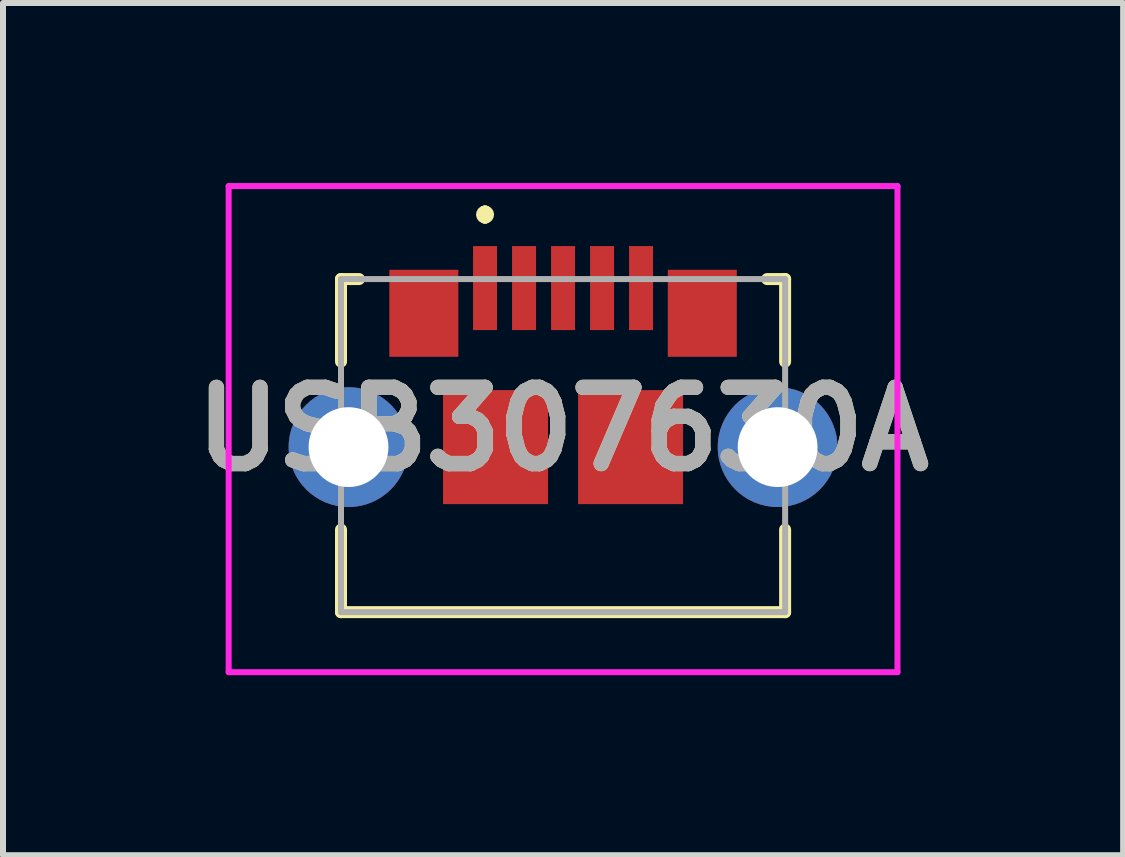
<source format=kicad_pcb>
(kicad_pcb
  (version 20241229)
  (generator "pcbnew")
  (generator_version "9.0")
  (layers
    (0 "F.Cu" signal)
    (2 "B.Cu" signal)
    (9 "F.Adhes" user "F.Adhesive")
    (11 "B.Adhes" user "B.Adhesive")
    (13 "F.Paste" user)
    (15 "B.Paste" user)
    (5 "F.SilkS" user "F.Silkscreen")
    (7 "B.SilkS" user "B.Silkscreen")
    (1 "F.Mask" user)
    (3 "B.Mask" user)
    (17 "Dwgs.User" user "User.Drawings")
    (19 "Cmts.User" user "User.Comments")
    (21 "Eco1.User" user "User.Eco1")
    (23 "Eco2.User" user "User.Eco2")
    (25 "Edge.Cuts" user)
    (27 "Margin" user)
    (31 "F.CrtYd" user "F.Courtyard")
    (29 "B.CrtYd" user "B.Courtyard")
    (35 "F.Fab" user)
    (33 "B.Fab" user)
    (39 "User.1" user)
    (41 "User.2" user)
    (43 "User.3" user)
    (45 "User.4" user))
  (footprint "USB307630A"
    (layer "F.Cu")
    (at 6.332 4.375)
    (property "Reference" "USB307630A" (at 0 -0.275 0) (layer "F.SilkS") (effects (font (size 1.27 1.27) (thickness 0.254))))
    (attr through_hole)
    (fp_line (start -3.7 -2.775) (end -3.4 -2.775) (stroke (width 0.2) (type solid)) (layer "F.SilkS"))
    (fp_line (start -3.7 -1.4) (end -3.7 -2.775) (stroke (width 0.2) (type solid)) (layer "F.SilkS"))
    (fp_line (start -3.7 2.775) (end -3.7 1.4) (stroke (width 0.2) (type solid)) (layer "F.SilkS"))
    (fp_line (start -1.3 -3.9) (end -1.3 -3.9) (stroke (width 0.2) (type solid)) (layer "F.SilkS"))
    (fp_line (start -1.3 -3.9) (end -1.3 -3.8) (stroke (width 0.2) (type solid)) (layer "F.SilkS"))
    (fp_line (start -1.3 -3.8) (end -1.3 -3.8) (stroke (width 0.2) (type solid)) (layer "F.SilkS"))
    (fp_line (start 3.4 -2.775) (end 3.7 -2.775) (stroke (width 0.2) (type solid)) (layer "F.SilkS"))
    (fp_line (start 3.7 -2.775) (end 3.7 -1.4) (stroke (width 0.2) (type solid)) (layer "F.SilkS"))
    (fp_line (start 3.7 1.4) (end 3.7 2.775) (stroke (width 0.2) (type solid)) (layer "F.SilkS"))
    (fp_line (start 3.7 2.775) (end -3.7 2.775) (stroke (width 0.2) (type solid)) (layer "F.SilkS"))
    (fp_arc (start -1.3 -3.9) (mid -1.25 -3.85) (end -1.3 -3.8) (stroke (width 0.2) (type solid)) (layer "F.SilkS"))
    (fp_arc (start -1.3 -3.8) (mid -1.35 -3.85) (end -1.3 -3.9) (stroke (width 0.2) (type solid)) (layer "F.SilkS"))
    (fp_line (start -5.572 -4.325) (end 5.572 -4.325) (stroke (width 0.1) (type solid)) (layer "F.CrtYd"))
    (fp_line (start -5.572 3.775) (end -5.572 -4.325) (stroke (width 0.1) (type solid)) (layer "F.CrtYd"))
    (fp_line (start 5.572 -4.325) (end 5.572 3.775) (stroke (width 0.1) (type solid)) (layer "F.CrtYd"))
    (fp_line (start 5.572 3.775) (end -5.572 3.775) (stroke (width 0.1) (type solid)) (layer "F.CrtYd"))
    (fp_line (start -3.7 -2.775) (end 3.7 -2.775) (stroke (width 0.1) (type solid)) (layer "F.Fab"))
    (fp_line (start -3.7 2.775) (end -3.7 -2.775) (stroke (width 0.1) (type solid)) (layer "F.Fab"))
    (fp_line (start 3.7 -2.775) (end 3.7 2.775) (stroke (width 0.1) (type solid)) (layer "F.Fab"))
    (fp_line (start 3.7 2.775) (end -3.7 2.775) (stroke (width 0.1) (type solid)) (layer "F.Fab"))
    (fp_text user "${REFERENCE}" (at 0 -0.275 0) (layer "F.Fab") (effects (font (size 1.27 1.27) (thickness 0.254))))
    (pad "1" smd rect (at -1.3 -2.625) (size 0.4 1.4) (layers "F.Cu" "F.Mask" "F.Paste"))
    (pad "2" smd rect (at -0.65 -2.625) (size 0.4 1.4) (layers "F.Cu" "F.Mask" "F.Paste"))
    (pad "3" smd rect (at 0 -2.625) (size 0.4 1.4) (layers "F.Cu" "F.Mask" "F.Paste"))
    (pad "4" smd rect (at 0.65 -2.625) (size 0.4 1.4) (layers "F.Cu" "F.Mask" "F.Paste"))
    (pad "5" smd rect (at 1.3 -2.625) (size 0.4 1.4) (layers "F.Cu" "F.Mask" "F.Paste"))
    (pad "MH1" thru_hole circle (at -3.575 0.025) (size 1.995 1.995) (drill 1.33) (layers "*.Cu" "*.Mask"))
    (pad "MH2" thru_hole circle (at 3.575 0.025) (size 1.995 1.995) (drill 1.33) (layers "*.Cu" "*.Mask"))
    (pad "MP1" smd rect (at -2.32 -2.205) (size 1.15 1.45) (layers "F.Cu" "F.Mask" "F.Paste"))
    (pad "MP2" smd rect (at 2.32 -2.205) (size 1.15 1.45) (layers "F.Cu" "F.Mask" "F.Paste"))
    (pad "MP3" smd rect (at -1.125 0.025) (size 1.75 1.9) (layers "F.Cu" "F.Mask" "F.Paste"))
    (pad "MP4" smd rect (at 1.125 0.025) (size 1.75 1.9) (layers "F.Cu" "F.Mask" "F.Paste")))
  (gr_rect
    (start -3 -3)
    (end 15.664 11.2)
    (stroke (width 0.1) (type default))
    (fill no)
    (layer "Edge.Cuts")))
</source>
